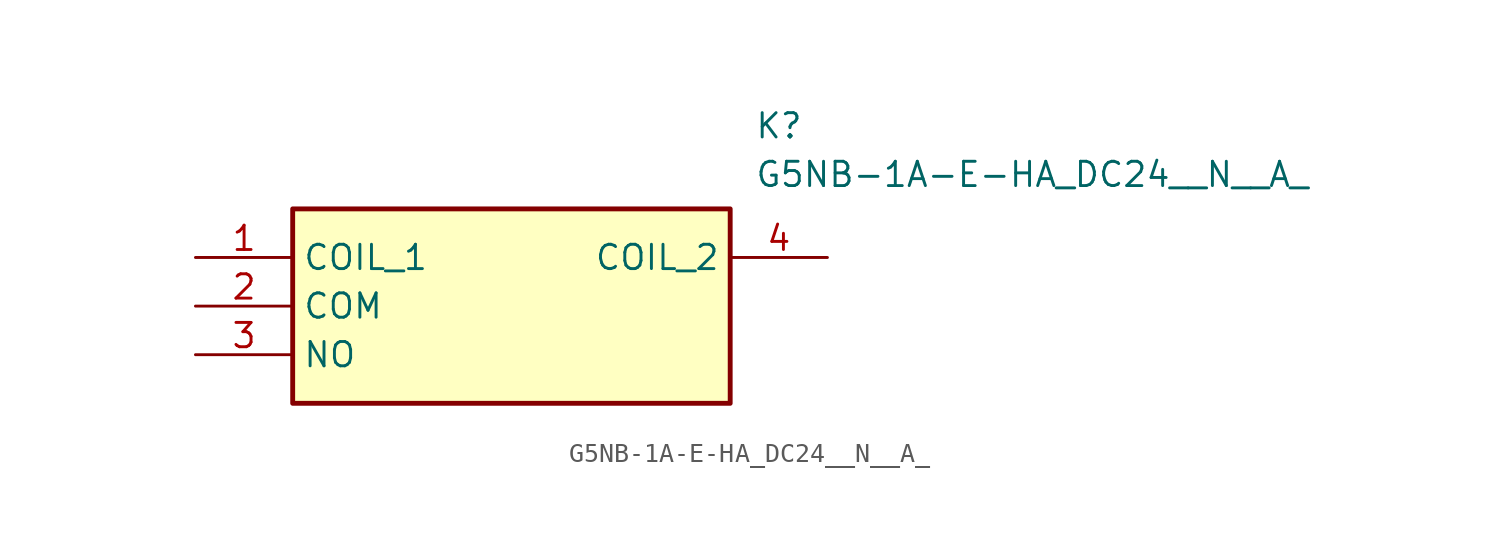
<source format=kicad_sym>
(kicad_symbol_lib
  (version 20211014)
  (generator SamacSys_ECAD_Model)
  (symbol "G5NB-1A-E-HA_DC24__N__A_"
    (property "Reference" "K"
      (at 29.21 7.62 0)
      (effects (font (size 1.27 1.27)) (justify left top)))
    (property "Value" "G5NB-1A-E-HA_DC24__N__A_"
      (at 29.21 5.08 0)
      (effects (font (size 1.27 1.27)) (justify left top)))
    (rectangle
      (start 5.08 2.54)
      (end 27.94 -7.62)
      (stroke (width 0.254) (type default))
      (fill (type background)))
    (pin passive line
      (at 0 0 0)
      (length 5.08)
      (name "COIL_1" (effects (font (size 1.27 1.27))))
      (number "1" (effects (font (size 1.27 1.27)))))
    (pin passive line
      (at 0 -2.54 0)
      (length 5.08)
      (name "COM" (effects (font (size 1.27 1.27))))
      (number "2" (effects (font (size 1.27 1.27)))))
    (pin passive line
      (at 0 -5.08 0)
      (length 5.08)
      (name "NO" (effects (font (size 1.27 1.27))))
      (number "3" (effects (font (size 1.27 1.27)))))
    (pin passive line
      (at 33.02 0 180)
      (length 5.08)
      (name "COIL_2" (effects (font (size 1.27 1.27))))
      (number "4" (effects (font (size 1.27 1.27)))))))
</source>
